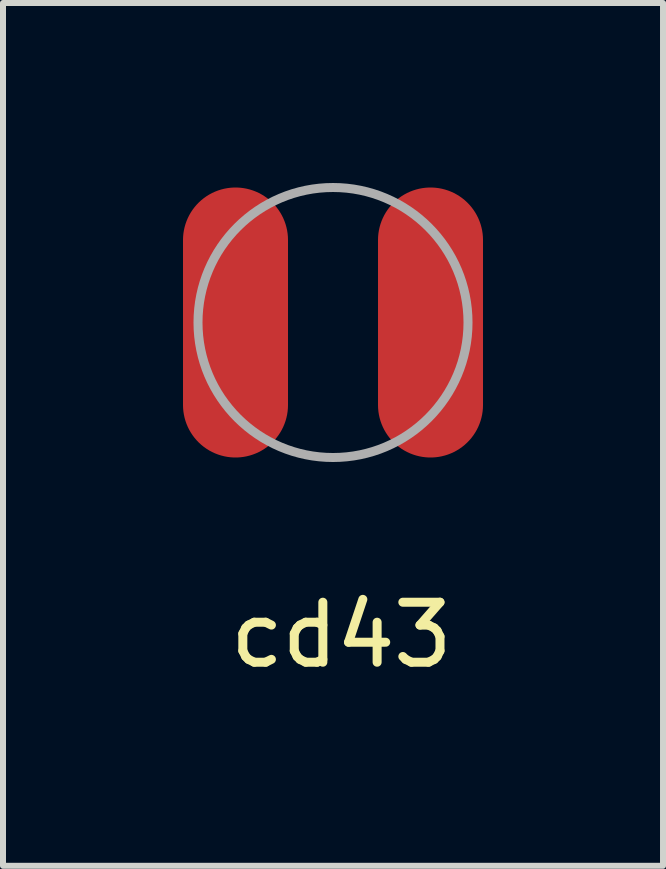
<source format=kicad_pcb>
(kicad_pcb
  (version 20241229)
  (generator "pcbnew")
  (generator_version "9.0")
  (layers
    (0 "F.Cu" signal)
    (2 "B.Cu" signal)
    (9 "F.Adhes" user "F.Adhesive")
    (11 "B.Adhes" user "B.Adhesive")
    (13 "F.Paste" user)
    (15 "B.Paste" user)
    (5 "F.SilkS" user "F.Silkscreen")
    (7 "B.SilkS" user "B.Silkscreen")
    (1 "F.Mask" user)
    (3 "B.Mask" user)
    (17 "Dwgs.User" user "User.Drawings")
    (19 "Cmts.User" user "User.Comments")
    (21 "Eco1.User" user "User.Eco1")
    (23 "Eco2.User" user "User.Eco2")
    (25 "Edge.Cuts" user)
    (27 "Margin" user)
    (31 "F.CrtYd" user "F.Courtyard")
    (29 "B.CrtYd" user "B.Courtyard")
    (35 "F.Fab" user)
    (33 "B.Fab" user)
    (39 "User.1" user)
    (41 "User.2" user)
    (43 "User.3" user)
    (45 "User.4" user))
  (footprint "cd43"
    (layer "F.Cu")
    (at 2.5 2.325)
    (property "Reference" "cd43" (at 0.14 5.207 0) (layer "F.SilkS") (effects (font (size 1 1) (thickness 0.15))))
    (attr smd)
    (fp_circle (center 0 0) (end 2.25 0) (stroke (width 0.15) (type solid)) (fill no) (layer "F.Fab"))
    (pad "1" smd oval (at -1.625 0) (size 1.75 4.5) (layers "F.Cu" "F.Mask" "F.Paste"))
    (pad "2" smd oval (at 1.625 0) (size 1.75 4.5) (layers "F.Cu" "F.Mask" "F.Paste")))
  (gr_rect
    (start -3 -3)
    (end 8 11.38)
    (stroke (width 0.1) (type default))
    (fill no)
    (layer "Edge.Cuts")))
</source>
